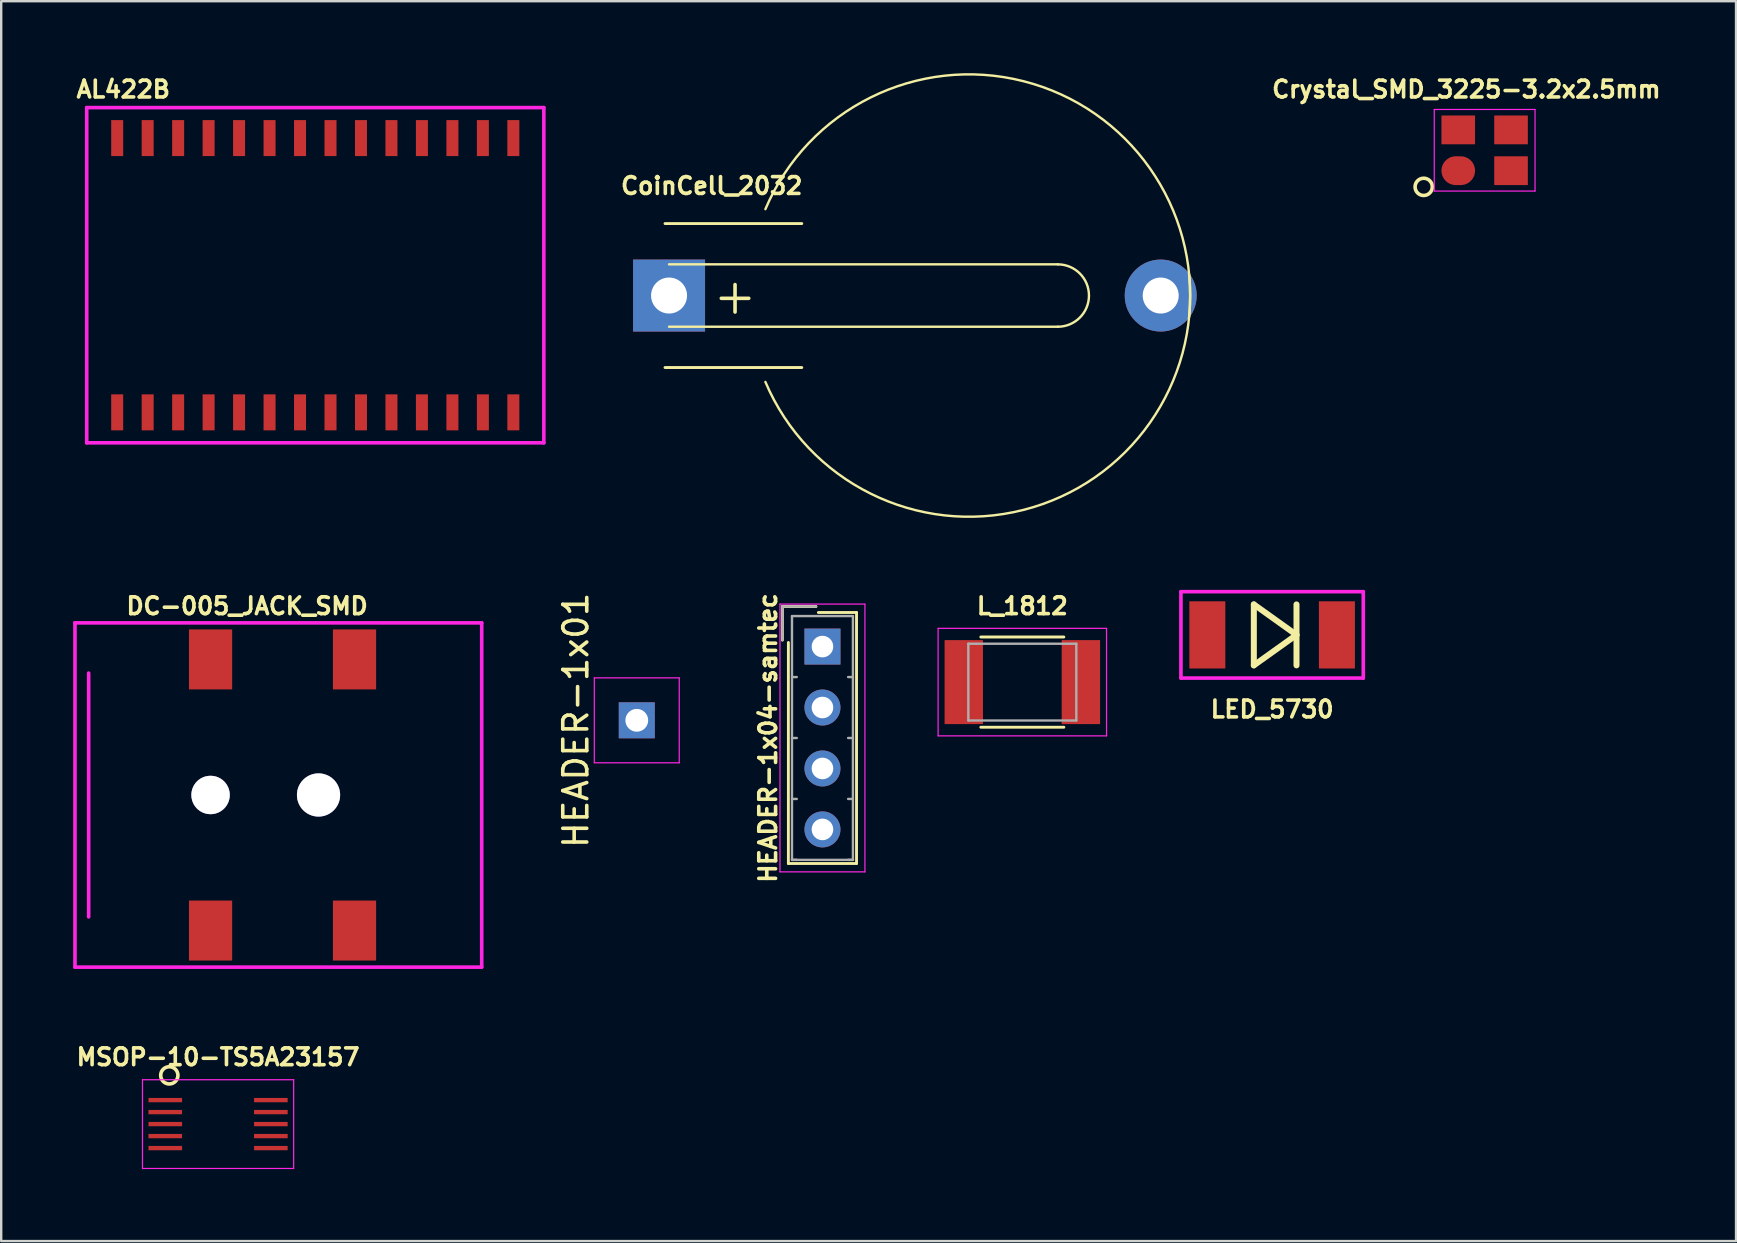
<source format=kicad_pcb>
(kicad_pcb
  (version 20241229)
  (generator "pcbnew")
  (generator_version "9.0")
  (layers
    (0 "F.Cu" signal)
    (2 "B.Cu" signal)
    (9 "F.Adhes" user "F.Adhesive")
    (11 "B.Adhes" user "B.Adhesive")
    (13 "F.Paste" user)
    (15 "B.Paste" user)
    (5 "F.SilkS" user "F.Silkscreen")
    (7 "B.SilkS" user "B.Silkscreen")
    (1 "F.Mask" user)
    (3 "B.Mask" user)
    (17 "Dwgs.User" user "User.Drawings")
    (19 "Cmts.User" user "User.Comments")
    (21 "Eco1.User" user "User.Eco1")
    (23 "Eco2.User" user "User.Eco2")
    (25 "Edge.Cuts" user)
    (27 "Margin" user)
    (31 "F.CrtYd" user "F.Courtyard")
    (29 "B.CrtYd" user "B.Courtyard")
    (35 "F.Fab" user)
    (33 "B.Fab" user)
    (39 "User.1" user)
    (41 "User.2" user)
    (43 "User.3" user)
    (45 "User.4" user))
  (footprint "Crystal_SMD_3225-3.2x2.5mm"
    (layer "F.Cu")
    (at 58.823 3.213)
    (property "Reference" "Crystal_SMD_3225-3.2x2.5mm" (at -0.762 -2.54 0) (layer "F.SilkS") (effects (font (size 0.7 0.7) (thickness 0.15))))
    (attr smd)
    (fp_circle (center -2.54 1.524) (end -2.286 1.778) (stroke (width 0.15) (type solid)) (fill no) (layer "F.SilkS"))
    (fp_line (start -2.1 -1.7) (end -2.1 1.7) (stroke (width 0.05) (type solid)) (layer "F.CrtYd"))
    (fp_line (start -2.1 1.7) (end 2.1 1.7) (stroke (width 0.05) (type solid)) (layer "F.CrtYd"))
    (fp_line (start 2.1 -1.7) (end -2.1 -1.7) (stroke (width 0.05) (type solid)) (layer "F.CrtYd"))
    (fp_line (start 2.1 1.7) (end 2.1 -1.7) (stroke (width 0.05) (type solid)) (layer "F.CrtYd"))
    (pad "1" smd oval (at -1.1 0.85) (size 1.4 1.2) (layers "F.Cu" "F.Mask" "F.Paste"))
    (pad "2" smd rect (at 1.1 0.85) (size 1.4 1.2) (layers "F.Cu" "F.Mask" "F.Paste"))
    (pad "3" smd rect (at 1.1 -0.85) (size 1.4 1.2) (layers "F.Cu" "F.Mask" "F.Paste"))
    (pad "4" smd rect (at -1.1 -0.85) (size 1.4 1.2) (layers "F.Cu" "F.Mask" "F.Paste")))
  (footprint "HEADER-1x01"
    (layer "F.Cu")
    (at 23.488 26.969)
    (property "Reference" "HEADER-1x01" (at -2.54 0 90) (layer "F.SilkS") (effects (font (size 1 1) (thickness 0.15))))
    (attr through_hole)
    (fp_line (start -1.77 -1.77) (end -1.77 1.77) (stroke (width 0.05) (type solid)) (layer "F.CrtYd"))
    (fp_line (start -1.77 1.77) (end 1.77 1.77) (stroke (width 0.05) (type solid)) (layer "F.CrtYd"))
    (fp_line (start 1.77 -1.77) (end -1.77 -1.77) (stroke (width 0.05) (type solid)) (layer "F.CrtYd"))
    (fp_line (start 1.77 1.77) (end 1.77 -1.77) (stroke (width 0.05) (type solid)) (layer "F.CrtYd"))
    (pad "1" thru_hole rect (at 0 0) (size 1.5 1.5) (drill 0.95) (layers "*.Cu" "*.Mask")))
  (footprint "HEADER-1x04-samtec"
    (layer "F.Cu")
    (at 31.226 23.896)
    (property "Reference" "HEADER-1x04-samtec" (at -2.27 3.81 90) (layer "F.SilkS") (effects (font (size 0.7 0.7) (thickness 0.15))))
    (attr through_hole)
    (fp_line (start -1.67 -1.67) (end -1.67 -0.27) (stroke (width 0.12) (type solid)) (layer "F.SilkS"))
    (fp_line (start -1.42 9.04) (end -1.42 -0.17) (stroke (width 0.12) (type solid)) (layer "F.SilkS"))
    (fp_line (start -0.27 -1.67) (end -1.67 -1.67) (stroke (width 0.12) (type solid)) (layer "F.SilkS"))
    (fp_line (start -0.17 -1.42) (end 1.42 -1.42) (stroke (width 0.12) (type solid)) (layer "F.SilkS"))
    (fp_line (start 1.42 -1.42) (end 1.42 9.04) (stroke (width 0.12) (type solid)) (layer "F.SilkS"))
    (fp_line (start 1.42 9.04) (end -1.42 9.04) (stroke (width 0.12) (type solid)) (layer "F.SilkS"))
    (fp_line (start -1.77 -1.77) (end -1.77 9.39) (stroke (width 0.05) (type solid)) (layer "F.CrtYd"))
    (fp_line (start -1.77 9.39) (end 1.77 9.39) (stroke (width 0.05) (type solid)) (layer "F.CrtYd"))
    (fp_line (start 1.77 -1.77) (end -1.77 -1.77) (stroke (width 0.05) (type solid)) (layer "F.CrtYd"))
    (fp_line (start 1.77 9.39) (end 1.77 -1.77) (stroke (width 0.05) (type solid)) (layer "F.CrtYd"))
    (fp_line (start -1.67 -1.67) (end -1.67 -0.27) (stroke (width 0.1) (type solid)) (layer "F.Fab"))
    (fp_line (start -1.27 -1.27) (end -1.27 8.89) (stroke (width 0.1) (type solid)) (layer "F.Fab"))
    (fp_line (start -1.27 1.27) (end -1.07 1.27) (stroke (width 0.1) (type solid)) (layer "F.Fab"))
    (fp_line (start -1.27 3.81) (end -1.07 3.81) (stroke (width 0.1) (type solid)) (layer "F.Fab"))
    (fp_line (start -1.27 6.35) (end -1.07 6.35) (stroke (width 0.1) (type solid)) (layer "F.Fab"))
    (fp_line (start -1.27 8.89) (end -1.07 8.89) (stroke (width 0.1) (type solid)) (layer "F.Fab"))
    (fp_line (start -1.27 8.89) (end 1.27 8.89) (stroke (width 0.1) (type solid)) (layer "F.Fab"))
    (fp_line (start -0.27 -1.67) (end -1.67 -1.67) (stroke (width 0.1) (type solid)) (layer "F.Fab"))
    (fp_line (start 1.27 -1.27) (end -1.27 -1.27) (stroke (width 0.1) (type solid)) (layer "F.Fab"))
    (fp_line (start 1.27 1.27) (end 1.07 1.27) (stroke (width 0.1) (type solid)) (layer "F.Fab"))
    (fp_line (start 1.27 3.81) (end 1.07 3.81) (stroke (width 0.1) (type solid)) (layer "F.Fab"))
    (fp_line (start 1.27 6.35) (end 1.07 6.35) (stroke (width 0.1) (type solid)) (layer "F.Fab"))
    (fp_line (start 1.27 8.89) (end 1.07 8.89) (stroke (width 0.1) (type solid)) (layer "F.Fab"))
    (fp_line (start 1.27 8.89) (end 1.27 -1.27) (stroke (width 0.1) (type solid)) (layer "F.Fab"))
    (pad "1" thru_hole rect (at 0 0) (size 1.5 1.5) (drill 0.9) (layers "*.Cu" "*.Mask"))
    (pad "2" thru_hole circle (at 0 2.54) (size 1.5 1.5) (drill 0.9) (layers "*.Cu" "*.Mask"))
    (pad "3" thru_hole circle (at 0 5.08) (size 1.5 1.5) (drill 0.9) (layers "*.Cu" "*.Mask"))
    (pad "4" thru_hole circle (at 0 7.62) (size 1.5 1.5) (drill 0.9) (layers "*.Cu" "*.Mask")))
  (footprint "AL422B"
    (layer "F.Cu")
    (at 9.454 9.055)
    (property "Reference" "AL422B" (at -7.366 -8.382 0) (layer "F.SilkS") (effects (font (size 0.7 0.7) (thickness 0.15))))
    (attr through_hole)
    (fp_line (start -8.89 -7.62) (end -8.89 6.35) (stroke (width 0.15) (type solid)) (layer "F.CrtYd"))
    (fp_line (start -8.89 6.35) (end 10.16 6.35) (stroke (width 0.15) (type solid)) (layer "F.CrtYd"))
    (fp_line (start 10.16 -7.62) (end -8.89 -7.62) (stroke (width 0.15) (type solid)) (layer "F.CrtYd"))
    (fp_line (start 10.16 6.35) (end 10.16 -7.62) (stroke (width 0.15) (type solid)) (layer "F.CrtYd"))
    (pad "1" smd rect (at -7.62 5.08) (size 0.5 1.5) (layers "F.Cu" "F.Mask" "F.Paste"))
    (pad "2" smd rect (at -6.35 5.08) (size 0.5 1.5) (layers "F.Cu" "F.Mask" "F.Paste"))
    (pad "3" smd rect (at -5.08 5.08) (size 0.5 1.5) (layers "F.Cu" "F.Mask" "F.Paste"))
    (pad "4" smd rect (at -3.81 5.08) (size 0.5 1.5) (layers "F.Cu" "F.Mask" "F.Paste"))
    (pad "5" smd rect (at -2.54 5.08) (size 0.5 1.5) (layers "F.Cu" "F.Mask" "F.Paste"))
    (pad "6" smd rect (at -1.27 5.08) (size 0.5 1.5) (layers "F.Cu" "F.Mask" "F.Paste"))
    (pad "7" smd rect (at 0 5.08) (size 0.5 1.5) (layers "F.Cu" "F.Mask" "F.Paste"))
    (pad "8" smd rect (at 1.27 5.08) (size 0.5 1.5) (layers "F.Cu" "F.Mask" "F.Paste"))
    (pad "9" smd rect (at 2.54 5.08) (size 0.5 1.5) (layers "F.Cu" "F.Mask" "F.Paste"))
    (pad "10" smd rect (at 3.81 5.08) (size 0.5 1.5) (layers "F.Cu" "F.Mask" "F.Paste"))
    (pad "11" smd rect (at 5.08 5.08) (size 0.5 1.5) (layers "F.Cu" "F.Mask" "F.Paste"))
    (pad "12" smd rect (at 6.35 5.08) (size 0.5 1.5) (layers "F.Cu" "F.Mask" "F.Paste"))
    (pad "13" smd rect (at 7.62 5.08) (size 0.5 1.5) (layers "F.Cu" "F.Mask" "F.Paste"))
    (pad "14" smd rect (at 8.89 5.08) (size 0.5 1.5) (layers "F.Cu" "F.Mask" "F.Paste"))
    (pad "15" smd rect (at 8.89 -6.35) (size 0.5 1.5) (layers "F.Cu" "F.Mask" "F.Paste"))
    (pad "16" smd rect (at 7.62 -6.35) (size 0.5 1.5) (layers "F.Cu" "F.Mask" "F.Paste"))
    (pad "17" smd rect (at 6.35 -6.35) (size 0.5 1.5) (layers "F.Cu" "F.Mask" "F.Paste"))
    (pad "18" smd rect (at 5.08 -6.35) (size 0.5 1.5) (layers "F.Cu" "F.Mask" "F.Paste"))
    (pad "19" smd rect (at 3.81 -6.35) (size 0.5 1.5) (layers "F.Cu" "F.Mask" "F.Paste"))
    (pad "20" smd rect (at 2.54 -6.35) (size 0.5 1.5) (layers "F.Cu" "F.Mask" "F.Paste"))
    (pad "21" smd rect (at 1.27 -6.35) (size 0.5 1.5) (layers "F.Cu" "F.Mask" "F.Paste"))
    (pad "22" smd rect (at 0 -6.35) (size 0.5 1.5) (layers "F.Cu" "F.Mask" "F.Paste"))
    (pad "23" smd rect (at -1.27 -6.35) (size 0.5 1.5) (layers "F.Cu" "F.Mask" "F.Paste"))
    (pad "24" smd rect (at -2.54 -6.35) (size 0.5 1.5) (layers "F.Cu" "F.Mask" "F.Paste"))
    (pad "25" smd rect (at -3.81 -6.35) (size 0.5 1.5) (layers "F.Cu" "F.Mask" "F.Paste"))
    (pad "26" smd rect (at -5.08 -6.35) (size 0.5 1.5) (layers "F.Cu" "F.Mask" "F.Paste"))
    (pad "27" smd rect (at -6.35 -6.35) (size 0.5 1.5) (layers "F.Cu" "F.Mask" "F.Paste"))
    (pad "28" smd rect (at -7.62 -6.35) (size 0.5 1.5) (layers "F.Cu" "F.Mask" "F.Paste")))
  (footprint "LED_5730"
    (layer "F.Cu")
    (at 49.966 23.409)
    (property "Reference" "LED_5730" (at 0 3.1 0) (layer "F.SilkS") (effects (font (size 0.7 0.7) (thickness 0.15))))
    (attr smd)
    (fp_line (start -0.762 -1.27) (end -0.762 1.27) (stroke (width 0.25) (type solid)) (layer "F.SilkS"))
    (fp_line (start -0.762 1.27) (end 1.016 0) (stroke (width 0.25) (type solid)) (layer "F.SilkS"))
    (fp_line (start 1.016 -1.27) (end 1.016 1.27) (stroke (width 0.25) (type solid)) (layer "F.SilkS"))
    (fp_line (start 1.016 0) (end -0.762 -1.27) (stroke (width 0.25) (type solid)) (layer "F.SilkS"))
    (fp_line (start -3.8 -1.8) (end 3.8 -1.8) (stroke (width 0.15) (type solid)) (layer "F.CrtYd"))
    (fp_line (start -3.8 1.8) (end -3.8 -1.8) (stroke (width 0.15) (type solid)) (layer "F.CrtYd"))
    (fp_line (start 3.8 -1.8) (end 3.8 1.8) (stroke (width 0.15) (type solid)) (layer "F.CrtYd"))
    (fp_line (start 3.8 1.8) (end -3.8 1.8) (stroke (width 0.15) (type solid)) (layer "F.CrtYd"))
    (pad "1" smd rect (at 2.7 0) (size 1.5 2.8) (layers "F.Cu" "F.Mask" "F.Paste"))
    (pad "2" smd rect (at -2.7 0) (size 1.5 2.8) (layers "F.Cu" "F.Mask" "F.Paste")))
  (footprint "L_1812"
    (layer "F.Cu")
    (at 39.556 25.377)
    (property "Reference" "L_1812" (at 0 -3.17 0) (layer "F.SilkS") (effects (font (size 0.7 0.7) (thickness 0.15))))
    (attr smd)
    (fp_line (start -1.73 -1.88) (end 1.73 -1.88) (stroke (width 0.12) (type solid)) (layer "F.SilkS"))
    (fp_line (start -1.73 1.88) (end 1.73 1.88) (stroke (width 0.12) (type solid)) (layer "F.SilkS"))
    (fp_line (start -3.51 -2.24) (end 3.51 -2.24) (stroke (width 0.05) (type solid)) (layer "F.CrtYd"))
    (fp_line (start -3.51 2.24) (end -3.51 -2.24) (stroke (width 0.05) (type solid)) (layer "F.CrtYd"))
    (fp_line (start 3.51 -2.24) (end 3.51 2.24) (stroke (width 0.05) (type solid)) (layer "F.CrtYd"))
    (fp_line (start 3.51 2.24) (end -3.51 2.24) (stroke (width 0.05) (type solid)) (layer "F.CrtYd"))
    (fp_line (start -2.25 -1.6) (end 2.25 -1.6) (stroke (width 0.1) (type solid)) (layer "F.Fab"))
    (fp_line (start -2.25 1.6) (end -2.25 -1.6) (stroke (width 0.1) (type solid)) (layer "F.Fab"))
    (fp_line (start 2.25 -1.6) (end 2.25 1.6) (stroke (width 0.1) (type solid)) (layer "F.Fab"))
    (fp_line (start 2.25 1.6) (end -2.25 1.6) (stroke (width 0.1) (type solid)) (layer "F.Fab"))
    (pad "1" smd rect (at -2.44 0) (size 1.6 3.5) (layers "F.Cu" "F.Mask" "F.Paste"))
    (pad "2" smd rect (at 2.44 0) (size 1.6 3.5) (layers "F.Cu" "F.Mask" "F.Paste")))
  (footprint "DC-005_JACK_SMD"
    (layer "F.Cu")
    (at 5.725 30.081)
    (property "Reference" "DC-005_JACK_SMD" (at 1.524 -7.874 0) (layer "F.SilkS") (effects (font (size 0.7 0.7) (thickness 0.15))))
    (attr through_hole)
    (fp_line (start -5.65 -7.174) (end -5.65 7.174) (stroke (width 0.15) (type solid)) (layer "F.CrtYd"))
    (fp_line (start -5.65 -7.174) (end 11.3 -7.174) (stroke (width 0.15) (type solid)) (layer "F.CrtYd"))
    (fp_line (start -5.08 -5.08) (end -5.08 5.08) (stroke (width 0.15) (type solid)) (layer "F.CrtYd"))
    (fp_line (start 11.3 -7.174) (end 11.3 7.174) (stroke (width 0.15) (type solid)) (layer "F.CrtYd"))
    (fp_line (start 11.3 7.174) (end -5.65 7.174) (stroke (width 0.15) (type solid)) (layer "F.CrtYd"))
    (pad "" thru_hole circle (at 0 0) (size 1.6 1.6) (drill 1.6) (layers "*.Cu" "*.Mask"))
    (pad "" thru_hole circle (at 4.5 0) (size 1.8 1.8) (drill 1.8) (layers "*.Cu" "*.Mask"))
    (pad "1" smd rect (at 0 -5.65) (size 1.8 2.5) (layers "F.Cu" "F.Mask" "F.Paste"))
    (pad "1" smd rect (at 6 -5.65) (size 1.8 2.5) (layers "F.Cu" "F.Mask" "F.Paste"))
    (pad "2" smd rect (at 0 5.65) (size 1.8 2.5) (layers "F.Cu" "F.Mask" "F.Paste"))
    (pad "3" smd rect (at 6 5.65) (size 1.8 2.5) (layers "F.Cu" "F.Mask" "F.Paste")))
  (footprint "CoinCell_2032"
    (layer "F.Cu")
    (at 24.833 9.267)
    (property "Reference" "CoinCell_2032" (at 1.778 -4.572 0) (layer "F.SilkS") (effects (font (size 0.7 0.7) (thickness 0.15))))
    (attr through_hole)
    (fp_line (start -0.168 -3) (end 5.532 -3) (stroke (width 0.12) (type solid)) (layer "F.SilkS"))
    (fp_line (start -0.168 3) (end 5.532 3) (stroke (width 0.12) (type solid)) (layer "F.SilkS"))
    (fp_line (start 0 1.3) (end 16.2 1.3) (stroke (width 0.1) (type solid)) (layer "F.SilkS"))
    (fp_line (start 16.2 -1.3) (end 0 -1.3) (stroke (width 0.1) (type solid)) (layer "F.SilkS"))
    (fp_arc (start 4.015 -3.6) (mid 14.767334 -8.933892) (end 21.674829 0.881892) (stroke (width 0.1) (type solid)) (layer "F.SilkS"))
    (fp_arc (start 16.2 -1.3) (mid 17.5 0) (end 16.2 1.3) (stroke (width 0.1) (type solid)) (layer "F.SilkS"))
    (fp_arc (start 21.674829 -0.881892) (mid 14.767334 8.933891) (end 4.015 3.6) (stroke (width 0.1) (type solid)) (layer "F.SilkS"))
    (fp_text user "+" (at 2.75 0 0) (layer "F.SilkS") (effects (font (size 1.5 1.5) (thickness 0.15))))
    (pad "1" thru_hole rect (at 0 0) (size 3 3) (drill 1.5) (layers "*.Cu" "*.Mask"))
    (pad "2" thru_hole circle (at 20.49 0) (size 3 3) (drill 1.5) (layers "*.Cu" "*.Mask")))
  (footprint "MSOP-10-TS5A23157"
    (layer "F.Cu")
    (at 6.038 43.797)
    (property "Reference" "MSOP-10-TS5A23157" (at 0 -2.794 0) (layer "F.SilkS") (effects (font (size 0.7 0.7) (thickness 0.15))))
    (attr smd)
    (fp_circle (center -2.032 -2.032) (end -1.778 -1.778) (stroke (width 0.15) (type solid)) (fill no) (layer "F.SilkS"))
    (fp_line (start -3.15 -1.85) (end -3.15 1.85) (stroke (width 0.05) (type solid)) (layer "F.CrtYd"))
    (fp_line (start -3.15 -1.85) (end 3.15 -1.85) (stroke (width 0.05) (type solid)) (layer "F.CrtYd"))
    (fp_line (start -3.15 1.85) (end 3.15 1.85) (stroke (width 0.05) (type solid)) (layer "F.CrtYd"))
    (fp_line (start 3.15 -1.85) (end 3.15 1.85) (stroke (width 0.05) (type solid)) (layer "F.CrtYd"))
    (pad "1" smd rect (at -2.2 -1) (size 1.4 0.18) (layers "F.Cu" "F.Mask" "F.Paste"))
    (pad "2" smd rect (at -2.2 -0.5) (size 1.4 0.18) (layers "F.Cu" "F.Mask" "F.Paste"))
    (pad "3" smd rect (at -2.2 0) (size 1.4 0.18) (layers "F.Cu" "F.Mask" "F.Paste"))
    (pad "4" smd rect (at -2.2 0.5) (size 1.4 0.18) (layers "F.Cu" "F.Mask" "F.Paste"))
    (pad "5" smd rect (at -2.2 1) (size 1.4 0.18) (layers "F.Cu" "F.Mask" "F.Paste"))
    (pad "6" smd rect (at 2.2 1) (size 1.4 0.18) (layers "F.Cu" "F.Mask" "F.Paste"))
    (pad "7" smd rect (at 2.2 0.5) (size 1.4 0.18) (layers "F.Cu" "F.Mask" "F.Paste"))
    (pad "8" smd rect (at 2.2 0) (size 1.4 0.18) (layers "F.Cu" "F.Mask" "F.Paste"))
    (pad "9" smd rect (at 2.2 -0.5) (size 1.4 0.18) (layers "F.Cu" "F.Mask" "F.Paste"))
    (pad "10" smd rect (at 2.2 -1) (size 1.4 0.18) (layers "F.Cu" "F.Mask" "F.Paste")))
  (gr_rect
    (start -3 -3)
    (end 69.3 48.672)
    (stroke (width 0.1) (type default))
    (fill no)
    (layer "Edge.Cuts")))
</source>
